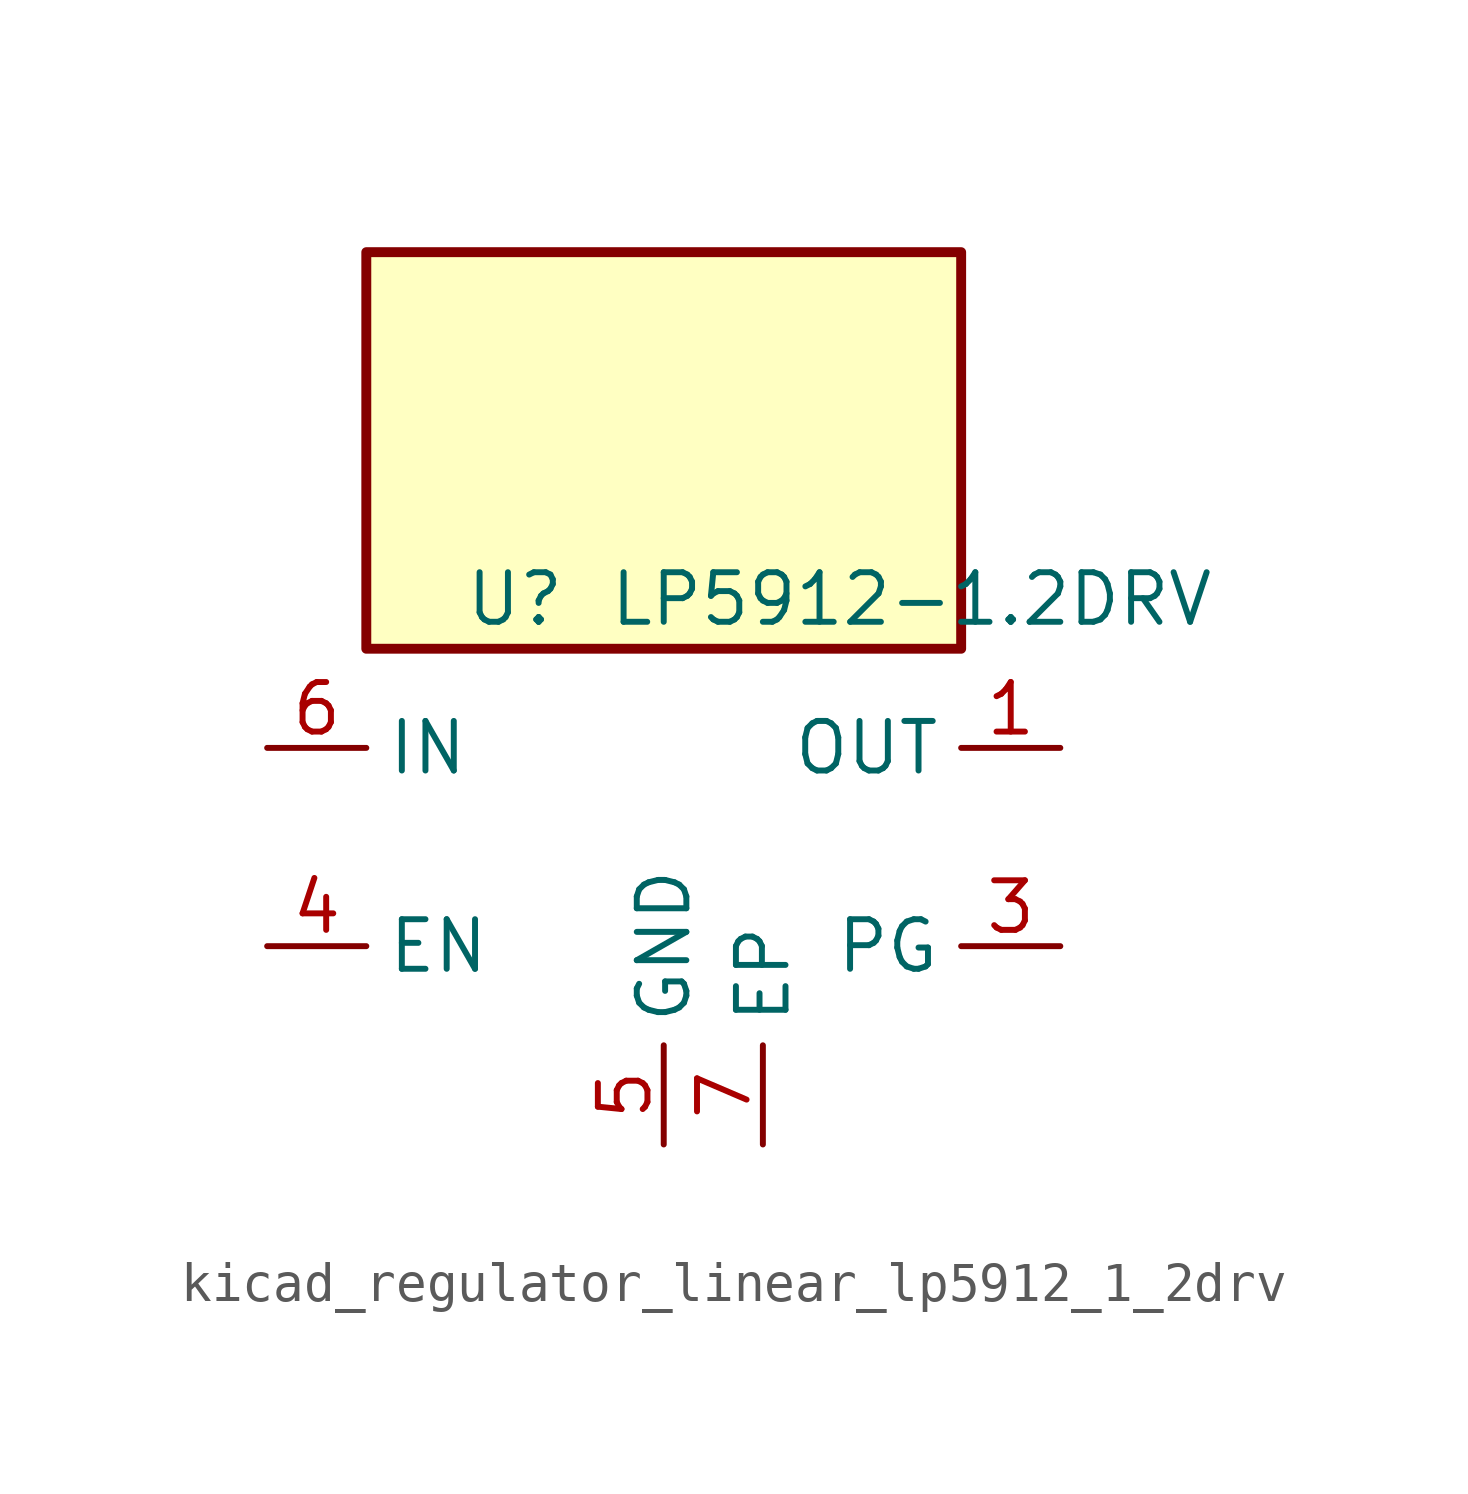
<source format=kicad_sym>
(kicad_symbol_lib
  (version 20220914)
  (generator kicad_symbol_editor)
  (symbol "kicad_regulator_linear_lp5912_1_2drv"
    (property "Reference" "U"
      (at -3.81 6.35 0)
      (effects (font (size 1.27 1.27))))
    (property "Value" "LP5912-1.2DRV"
      (at 6.35 6.35 0)
      (effects (font (size 1.27 1.27))))
    (symbol "kicad_regulator_linear_lp5912_1_2drv_0_1"
      (rectangle (start 7.62 15.24) (end -7.62 5.08) (stroke (width 0.254) (type default)) (fill (type background)))
      (pin power_out line (at 10.16 2.54 180) (length 2.54) (name "OUT" (effects (font (size 1.27 1.27)))) (number "1" (effects (font (size 1.27 1.27)))))
      (pin no_connect line (at 7.62 0 180) (length 2.54) hide (name "NC" (effects (font (size 1.27 1.27)))) (number "2" (effects (font (size 1.27 1.27)))))
      (pin input line (at -10.16 -2.54 0) (length 2.54) (name "EN" (effects (font (size 1.27 1.27)))) (number "4" (effects (font (size 1.27 1.27)))))
      (pin power_in line (at 0 -7.62 90) (length 2.54) (name "GND" (effects (font (size 1.27 1.27)))) (number "5" (effects (font (size 1.27 1.27)))))
      (pin power_in line (at -10.16 2.54 0) (length 2.54) (name "IN" (effects (font (size 1.27 1.27)))) (number "6" (effects (font (size 1.27 1.27))))))
    (symbol "kicad_regulator_linear_lp5912_1_2drv_1_1"
      (pin open_collector line (at 10.16 -2.54 180) (length 2.54) (name "PG" (effects (font (size 1.27 1.27)))) (number "3" (effects (font (size 1.27 1.27)))))
      (pin passive line (at 2.54 -7.62 90) (length 2.54) (name "EP" (effects (font (size 1.27 1.27)))) (number "7" (effects (font (size 1.27 1.27))))))))
</source>
